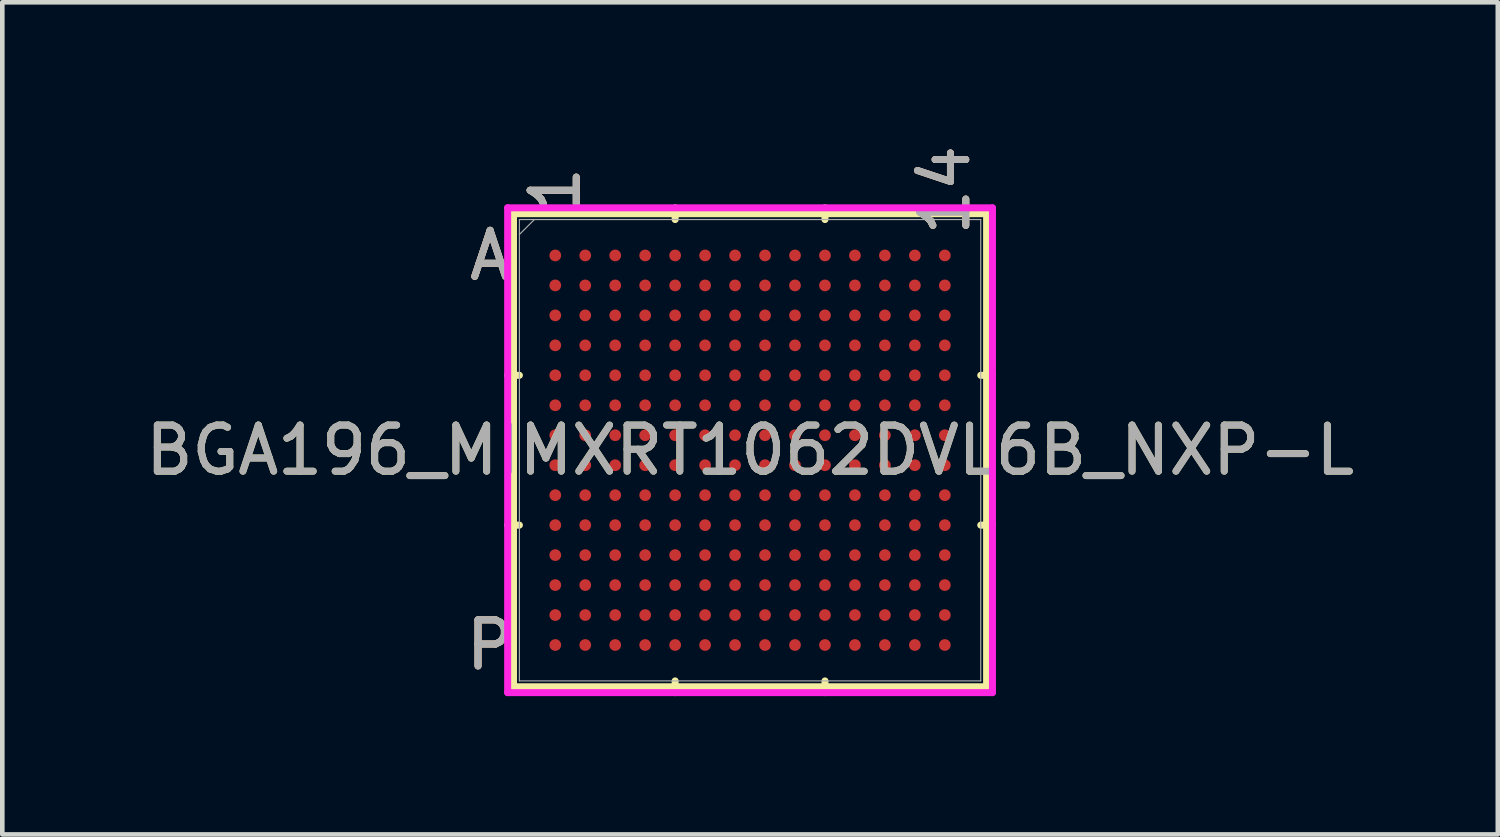
<source format=kicad_pcb>
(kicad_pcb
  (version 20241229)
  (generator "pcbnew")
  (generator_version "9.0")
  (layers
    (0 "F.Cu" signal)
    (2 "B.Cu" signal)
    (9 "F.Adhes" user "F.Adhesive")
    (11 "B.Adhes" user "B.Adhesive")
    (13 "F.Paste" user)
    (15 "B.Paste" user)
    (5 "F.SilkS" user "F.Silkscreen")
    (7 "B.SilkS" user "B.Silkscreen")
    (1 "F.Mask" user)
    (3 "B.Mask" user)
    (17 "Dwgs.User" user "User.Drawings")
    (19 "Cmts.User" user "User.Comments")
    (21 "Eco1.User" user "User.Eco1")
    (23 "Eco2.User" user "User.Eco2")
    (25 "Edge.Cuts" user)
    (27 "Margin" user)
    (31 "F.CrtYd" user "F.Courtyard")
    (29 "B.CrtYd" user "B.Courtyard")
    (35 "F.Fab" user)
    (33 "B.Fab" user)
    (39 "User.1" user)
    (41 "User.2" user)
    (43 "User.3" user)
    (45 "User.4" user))
  (footprint "BGA196_MIMXRT1062DVL6B_NXP-L"
    (layer "F.Cu")
    (at 13.22 6.716)
    (property "Reference" "BGA196_MIMXRT1062DVL6B_NXP-L" (at 0 0 0) (unlocked yes) (layer "F.SilkS") (effects (font (size 1 1) (thickness 0.15))))
    (attr smd)
    (fp_line (start -5.131 -5.131) (end -5.131 5.131) (stroke (width 0.152) (type solid)) (layer "F.SilkS"))
    (fp_line (start -5.131 5.131) (end 5.131 5.131) (stroke (width 0.152) (type solid)) (layer "F.SilkS"))
    (fp_line (start -5.004 -1.625) (end -5.258 -1.625) (stroke (width 0.152) (type solid)) (layer "F.SilkS"))
    (fp_line (start -5.004 1.625) (end -5.258 1.625) (stroke (width 0.152) (type solid)) (layer "F.SilkS"))
    (fp_line (start -1.625 -5.004) (end -1.625 -5.258) (stroke (width 0.152) (type solid)) (layer "F.SilkS"))
    (fp_line (start -1.625 5.004) (end -1.625 5.258) (stroke (width 0.152) (type solid)) (layer "F.SilkS"))
    (fp_line (start 1.625 -5.004) (end 1.625 -5.258) (stroke (width 0.152) (type solid)) (layer "F.SilkS"))
    (fp_line (start 1.625 5.004) (end 1.625 5.258) (stroke (width 0.152) (type solid)) (layer "F.SilkS"))
    (fp_line (start 5.004 -1.625) (end 5.258 -1.625) (stroke (width 0.152) (type solid)) (layer "F.SilkS"))
    (fp_line (start 5.004 1.625) (end 5.258 1.625) (stroke (width 0.152) (type solid)) (layer "F.SilkS"))
    (fp_line (start 5.131 -5.131) (end -5.131 -5.131) (stroke (width 0.152) (type solid)) (layer "F.SilkS"))
    (fp_line (start 5.131 5.131) (end 5.131 -5.131) (stroke (width 0.152) (type solid)) (layer "F.SilkS"))
    (fp_poly (pts (xy -4.995 -4.995) (xy 4.995 -4.995) (xy 4.995 4.995) (xy -4.995 4.995)) (stroke (width 0.1) (type solid)) (fill no) (layer "Eco2.User"))
    (fp_line (start -5.258 -5.258) (end 5.258 -5.258) (stroke (width 0.152) (type solid)) (layer "F.CrtYd"))
    (fp_line (start -5.258 5.258) (end -5.258 -5.258) (stroke (width 0.152) (type solid)) (layer "F.CrtYd"))
    (fp_line (start 5.258 -5.258) (end 5.258 5.258) (stroke (width 0.152) (type solid)) (layer "F.CrtYd"))
    (fp_line (start 5.258 5.258) (end -5.258 5.258) (stroke (width 0.152) (type solid)) (layer "F.CrtYd"))
    (fp_line (start -5.004 -5.004) (end -5.004 5.004) (stroke (width 0.025) (type solid)) (layer "F.Fab"))
    (fp_line (start -5.004 5.004) (end 5.004 5.004) (stroke (width 0.025) (type solid)) (layer "F.Fab"))
    (fp_line (start -4.679 -5.004) (end -5.004 -4.679) (stroke (width 0.025) (type solid)) (layer "F.Fab"))
    (fp_line (start 5.004 -5.004) (end -5.004 -5.004) (stroke (width 0.025) (type solid)) (layer "F.Fab"))
    (fp_line (start 5.004 5.004) (end 5.004 -5.004) (stroke (width 0.025) (type solid)) (layer "F.Fab"))
    (fp_text user "P" (at -5.639 4.225 0) (unlocked yes) (layer "F.SilkS") (effects (font (size 1 1) (thickness 0.15))))
    (fp_text user "A" (at -5.639 -4.225 0) (unlocked yes) (layer "F.SilkS") (effects (font (size 1 1) (thickness 0.15))))
    (fp_text user "14" (at 4.225 -5.639 90) (unlocked yes) (layer "F.SilkS") (effects (font (size 1 1) (thickness 0.15))))
    (fp_text user "1" (at -4.225 -5.639 90) (unlocked yes) (layer "F.SilkS") (effects (font (size 1 1) (thickness 0.15))))
    (fp_text user "14" (at 4.225 -5.639 90) (unlocked yes) (layer "B.SilkS") (effects (font (size 1 1) (thickness 0.15))))
    (fp_text user "P" (at -5.639 4.225 0) (unlocked yes) (layer "B.SilkS") (effects (font (size 1 1) (thickness 0.15))))
    (fp_text user "A" (at -5.639 -4.225 0) (unlocked yes) (layer "B.SilkS") (effects (font (size 1 1) (thickness 0.15))))
    (fp_text user "1" (at -4.225 -5.639 90) (unlocked yes) (layer "B.SilkS") (effects (font (size 1 1) (thickness 0.15))))
    (fp_text user "P" (at -5.639 4.225 0) (unlocked yes) (layer "F.Fab") (effects (font (size 1 1) (thickness 0.15))))
    (fp_text user "1" (at -4.225 -5.639 90) (unlocked yes) (layer "F.Fab") (effects (font (size 1 1) (thickness 0.15))))
    (fp_text user "14" (at 4.225 -5.639 90) (unlocked yes) (layer "F.Fab") (effects (font (size 1 1) (thickness 0.15))))
    (fp_text user "A" (at -5.639 -4.225 0) (unlocked yes) (layer "F.Fab") (effects (font (size 1 1) (thickness 0.15))))
    (fp_text user "${REFERENCE}" (at 0 0 0) (unlocked yes) (layer "F.Fab") (effects (font (size 1 1) (thickness 0.15))))
    (pad "A1" smd circle (at -4.225 -4.225) (size 0.254 0.254) (layers "F.Cu" "F.Mask" "F.Paste"))
    (pad "A2" smd circle (at -3.575 -4.225) (size 0.254 0.254) (layers "F.Cu" "F.Mask" "F.Paste"))
    (pad "A3" smd circle (at -2.925 -4.225) (size 0.254 0.254) (layers "F.Cu" "F.Mask" "F.Paste"))
    (pad "A4" smd circle (at -2.275 -4.225) (size 0.254 0.254) (layers "F.Cu" "F.Mask" "F.Paste"))
    (pad "A5" smd circle (at -1.625 -4.225) (size 0.254 0.254) (layers "F.Cu" "F.Mask" "F.Paste"))
    (pad "A6" smd circle (at -0.975 -4.225) (size 0.254 0.254) (layers "F.Cu" "F.Mask" "F.Paste"))
    (pad "A7" smd circle (at -0.325 -4.225) (size 0.254 0.254) (layers "F.Cu" "F.Mask" "F.Paste"))
    (pad "A8" smd circle (at 0.325 -4.225) (size 0.254 0.254) (layers "F.Cu" "F.Mask" "F.Paste"))
    (pad "A9" smd circle (at 0.975 -4.225) (size 0.254 0.254) (layers "F.Cu" "F.Mask" "F.Paste"))
    (pad "A10" smd circle (at 1.625 -4.225) (size 0.254 0.254) (layers "F.Cu" "F.Mask" "F.Paste"))
    (pad "A11" smd circle (at 2.275 -4.225) (size 0.254 0.254) (layers "F.Cu" "F.Mask" "F.Paste"))
    (pad "A12" smd circle (at 2.925 -4.225) (size 0.254 0.254) (layers "F.Cu" "F.Mask" "F.Paste"))
    (pad "A13" smd circle (at 3.575 -4.225) (size 0.254 0.254) (layers "F.Cu" "F.Mask" "F.Paste"))
    (pad "A14" smd circle (at 4.225 -4.225) (size 0.254 0.254) (layers "F.Cu" "F.Mask" "F.Paste"))
    (pad "B1" smd circle (at -4.225 -3.575) (size 0.254 0.254) (layers "F.Cu" "F.Mask" "F.Paste"))
    (pad "B2" smd circle (at -3.575 -3.575) (size 0.254 0.254) (layers "F.Cu" "F.Mask" "F.Paste"))
    (pad "B3" smd circle (at -2.925 -3.575) (size 0.254 0.254) (layers "F.Cu" "F.Mask" "F.Paste"))
    (pad "B4" smd circle (at -2.275 -3.575) (size 0.254 0.254) (layers "F.Cu" "F.Mask" "F.Paste"))
    (pad "B5" smd circle (at -1.625 -3.575) (size 0.254 0.254) (layers "F.Cu" "F.Mask" "F.Paste"))
    (pad "B6" smd circle (at -0.975 -3.575) (size 0.254 0.254) (layers "F.Cu" "F.Mask" "F.Paste"))
    (pad "B7" smd circle (at -0.325 -3.575) (size 0.254 0.254) (layers "F.Cu" "F.Mask" "F.Paste"))
    (pad "B8" smd circle (at 0.325 -3.575) (size 0.254 0.254) (layers "F.Cu" "F.Mask" "F.Paste"))
    (pad "B9" smd circle (at 0.975 -3.575) (size 0.254 0.254) (layers "F.Cu" "F.Mask" "F.Paste"))
    (pad "B10" smd circle (at 1.625 -3.575) (size 0.254 0.254) (layers "F.Cu" "F.Mask" "F.Paste"))
    (pad "B11" smd circle (at 2.275 -3.575) (size 0.254 0.254) (layers "F.Cu" "F.Mask" "F.Paste"))
    (pad "B12" smd circle (at 2.925 -3.575) (size 0.254 0.254) (layers "F.Cu" "F.Mask" "F.Paste"))
    (pad "B13" smd circle (at 3.575 -3.575) (size 0.254 0.254) (layers "F.Cu" "F.Mask" "F.Paste"))
    (pad "B14" smd circle (at 4.225 -3.575) (size 0.254 0.254) (layers "F.Cu" "F.Mask" "F.Paste"))
    (pad "C1" smd circle (at -4.225 -2.925) (size 0.254 0.254) (layers "F.Cu" "F.Mask" "F.Paste"))
    (pad "C2" smd circle (at -3.575 -2.925) (size 0.254 0.254) (layers "F.Cu" "F.Mask" "F.Paste"))
    (pad "C3" smd circle (at -2.925 -2.925) (size 0.254 0.254) (layers "F.Cu" "F.Mask" "F.Paste"))
    (pad "C4" smd circle (at -2.275 -2.925) (size 0.254 0.254) (layers "F.Cu" "F.Mask" "F.Paste"))
    (pad "C5" smd circle (at -1.625 -2.925) (size 0.254 0.254) (layers "F.Cu" "F.Mask" "F.Paste"))
    (pad "C6" smd circle (at -0.975 -2.925) (size 0.254 0.254) (layers "F.Cu" "F.Mask" "F.Paste"))
    (pad "C7" smd circle (at -0.325 -2.925) (size 0.254 0.254) (layers "F.Cu" "F.Mask" "F.Paste"))
    (pad "C8" smd circle (at 0.325 -2.925) (size 0.254 0.254) (layers "F.Cu" "F.Mask" "F.Paste"))
    (pad "C9" smd circle (at 0.975 -2.925) (size 0.254 0.254) (layers "F.Cu" "F.Mask" "F.Paste"))
    (pad "C10" smd circle (at 1.625 -2.925) (size 0.254 0.254) (layers "F.Cu" "F.Mask" "F.Paste"))
    (pad "C11" smd circle (at 2.275 -2.925) (size 0.254 0.254) (layers "F.Cu" "F.Mask" "F.Paste"))
    (pad "C12" smd circle (at 2.925 -2.925) (size 0.254 0.254) (layers "F.Cu" "F.Mask" "F.Paste"))
    (pad "C13" smd circle (at 3.575 -2.925) (size 0.254 0.254) (layers "F.Cu" "F.Mask" "F.Paste"))
    (pad "C14" smd circle (at 4.225 -2.925) (size 0.254 0.254) (layers "F.Cu" "F.Mask" "F.Paste"))
    (pad "D1" smd circle (at -4.225 -2.275) (size 0.254 0.254) (layers "F.Cu" "F.Mask" "F.Paste"))
    (pad "D2" smd circle (at -3.575 -2.275) (size 0.254 0.254) (layers "F.Cu" "F.Mask" "F.Paste"))
    (pad "D3" smd circle (at -2.925 -2.275) (size 0.254 0.254) (layers "F.Cu" "F.Mask" "F.Paste"))
    (pad "D4" smd circle (at -2.275 -2.275) (size 0.254 0.254) (layers "F.Cu" "F.Mask" "F.Paste"))
    (pad "D5" smd circle (at -1.625 -2.275) (size 0.254 0.254) (layers "F.Cu" "F.Mask" "F.Paste"))
    (pad "D6" smd circle (at -0.975 -2.275) (size 0.254 0.254) (layers "F.Cu" "F.Mask" "F.Paste"))
    (pad "D7" smd circle (at -0.325 -2.275) (size 0.254 0.254) (layers "F.Cu" "F.Mask" "F.Paste"))
    (pad "D8" smd circle (at 0.325 -2.275) (size 0.254 0.254) (layers "F.Cu" "F.Mask" "F.Paste"))
    (pad "D9" smd circle (at 0.975 -2.275) (size 0.254 0.254) (layers "F.Cu" "F.Mask" "F.Paste"))
    (pad "D10" smd circle (at 1.625 -2.275) (size 0.254 0.254) (layers "F.Cu" "F.Mask" "F.Paste"))
    (pad "D11" smd circle (at 2.275 -2.275) (size 0.254 0.254) (layers "F.Cu" "F.Mask" "F.Paste"))
    (pad "D12" smd circle (at 2.925 -2.275) (size 0.254 0.254) (layers "F.Cu" "F.Mask" "F.Paste"))
    (pad "D13" smd circle (at 3.575 -2.275) (size 0.254 0.254) (layers "F.Cu" "F.Mask" "F.Paste"))
    (pad "D14" smd circle (at 4.225 -2.275) (size 0.254 0.254) (layers "F.Cu" "F.Mask" "F.Paste"))
    (pad "E1" smd circle (at -4.225 -1.625) (size 0.254 0.254) (layers "F.Cu" "F.Mask" "F.Paste"))
    (pad "E2" smd circle (at -3.575 -1.625) (size 0.254 0.254) (layers "F.Cu" "F.Mask" "F.Paste"))
    (pad "E3" smd circle (at -2.925 -1.625) (size 0.254 0.254) (layers "F.Cu" "F.Mask" "F.Paste"))
    (pad "E4" smd circle (at -2.275 -1.625) (size 0.254 0.254) (layers "F.Cu" "F.Mask" "F.Paste"))
    (pad "E5" smd circle (at -1.625 -1.625) (size 0.254 0.254) (layers "F.Cu" "F.Mask" "F.Paste"))
    (pad "E6" smd circle (at -0.975 -1.625) (size 0.254 0.254) (layers "F.Cu" "F.Mask" "F.Paste"))
    (pad "E7" smd circle (at -0.325 -1.625) (size 0.254 0.254) (layers "F.Cu" "F.Mask" "F.Paste"))
    (pad "E8" smd circle (at 0.325 -1.625) (size 0.254 0.254) (layers "F.Cu" "F.Mask" "F.Paste"))
    (pad "E9" smd circle (at 0.975 -1.625) (size 0.254 0.254) (layers "F.Cu" "F.Mask" "F.Paste"))
    (pad "E10" smd circle (at 1.625 -1.625) (size 0.254 0.254) (layers "F.Cu" "F.Mask" "F.Paste"))
    (pad "E11" smd circle (at 2.275 -1.625) (size 0.254 0.254) (layers "F.Cu" "F.Mask" "F.Paste"))
    (pad "E12" smd circle (at 2.925 -1.625) (size 0.254 0.254) (layers "F.Cu" "F.Mask" "F.Paste"))
    (pad "E13" smd circle (at 3.575 -1.625) (size 0.254 0.254) (layers "F.Cu" "F.Mask" "F.Paste"))
    (pad "E14" smd circle (at 4.225 -1.625) (size 0.254 0.254) (layers "F.Cu" "F.Mask" "F.Paste"))
    (pad "F1" smd circle (at -4.225 -0.975) (size 0.254 0.254) (layers "F.Cu" "F.Mask" "F.Paste"))
    (pad "F2" smd circle (at -3.575 -0.975) (size 0.254 0.254) (layers "F.Cu" "F.Mask" "F.Paste"))
    (pad "F3" smd circle (at -2.925 -0.975) (size 0.254 0.254) (layers "F.Cu" "F.Mask" "F.Paste"))
    (pad "F4" smd circle (at -2.275 -0.975) (size 0.254 0.254) (layers "F.Cu" "F.Mask" "F.Paste"))
    (pad "F5" smd circle (at -1.625 -0.975) (size 0.254 0.254) (layers "F.Cu" "F.Mask" "F.Paste"))
    (pad "F6" smd circle (at -0.975 -0.975) (size 0.254 0.254) (layers "F.Cu" "F.Mask" "F.Paste"))
    (pad "F7" smd circle (at -0.325 -0.975) (size 0.254 0.254) (layers "F.Cu" "F.Mask" "F.Paste"))
    (pad "F8" smd circle (at 0.325 -0.975) (size 0.254 0.254) (layers "F.Cu" "F.Mask" "F.Paste"))
    (pad "F9" smd circle (at 0.975 -0.975) (size 0.254 0.254) (layers "F.Cu" "F.Mask" "F.Paste"))
    (pad "F10" smd circle (at 1.625 -0.975) (size 0.254 0.254) (layers "F.Cu" "F.Mask" "F.Paste"))
    (pad "F11" smd circle (at 2.275 -0.975) (size 0.254 0.254) (layers "F.Cu" "F.Mask" "F.Paste"))
    (pad "F12" smd circle (at 2.925 -0.975) (size 0.254 0.254) (layers "F.Cu" "F.Mask" "F.Paste"))
    (pad "F13" smd circle (at 3.575 -0.975) (size 0.254 0.254) (layers "F.Cu" "F.Mask" "F.Paste"))
    (pad "F14" smd circle (at 4.225 -0.975) (size 0.254 0.254) (layers "F.Cu" "F.Mask" "F.Paste"))
    (pad "G1" smd circle (at -4.225 -0.325) (size 0.254 0.254) (layers "F.Cu" "F.Mask" "F.Paste"))
    (pad "G2" smd circle (at -3.575 -0.325) (size 0.254 0.254) (layers "F.Cu" "F.Mask" "F.Paste"))
    (pad "G3" smd circle (at -2.925 -0.325) (size 0.254 0.254) (layers "F.Cu" "F.Mask" "F.Paste"))
    (pad "G4" smd circle (at -2.275 -0.325) (size 0.254 0.254) (layers "F.Cu" "F.Mask" "F.Paste"))
    (pad "G5" smd circle (at -1.625 -0.325) (size 0.254 0.254) (layers "F.Cu" "F.Mask" "F.Paste"))
    (pad "G6" smd circle (at -0.975 -0.325) (size 0.254 0.254) (layers "F.Cu" "F.Mask" "F.Paste"))
    (pad "G7" smd circle (at -0.325 -0.325) (size 0.254 0.254) (layers "F.Cu" "F.Mask" "F.Paste"))
    (pad "G8" smd circle (at 0.325 -0.325) (size 0.254 0.254) (layers "F.Cu" "F.Mask" "F.Paste"))
    (pad "G9" smd circle (at 0.975 -0.325) (size 0.254 0.254) (layers "F.Cu" "F.Mask" "F.Paste"))
    (pad "G10" smd circle (at 1.625 -0.325) (size 0.254 0.254) (layers "F.Cu" "F.Mask" "F.Paste"))
    (pad "G11" smd circle (at 2.275 -0.325) (size 0.254 0.254) (layers "F.Cu" "F.Mask" "F.Paste"))
    (pad "G12" smd circle (at 2.925 -0.325) (size 0.254 0.254) (layers "F.Cu" "F.Mask" "F.Paste"))
    (pad "G13" smd circle (at 3.575 -0.325) (size 0.254 0.254) (layers "F.Cu" "F.Mask" "F.Paste"))
    (pad "G14" smd circle (at 4.225 -0.325) (size 0.254 0.254) (layers "F.Cu" "F.Mask" "F.Paste"))
    (pad "H1" smd circle (at -4.225 0.325) (size 0.254 0.254) (layers "F.Cu" "F.Mask" "F.Paste"))
    (pad "H2" smd circle (at -3.575 0.325) (size 0.254 0.254) (layers "F.Cu" "F.Mask" "F.Paste"))
    (pad "H3" smd circle (at -2.925 0.325) (size 0.254 0.254) (layers "F.Cu" "F.Mask" "F.Paste"))
    (pad "H4" smd circle (at -2.275 0.325) (size 0.254 0.254) (layers "F.Cu" "F.Mask" "F.Paste"))
    (pad "H5" smd circle (at -1.625 0.325) (size 0.254 0.254) (layers "F.Cu" "F.Mask" "F.Paste"))
    (pad "H6" smd circle (at -0.975 0.325) (size 0.254 0.254) (layers "F.Cu" "F.Mask" "F.Paste"))
    (pad "H7" smd circle (at -0.325 0.325) (size 0.254 0.254) (layers "F.Cu" "F.Mask" "F.Paste"))
    (pad "H8" smd circle (at 0.325 0.325) (size 0.254 0.254) (layers "F.Cu" "F.Mask" "F.Paste"))
    (pad "H9" smd circle (at 0.975 0.325) (size 0.254 0.254) (layers "F.Cu" "F.Mask" "F.Paste"))
    (pad "H10" smd circle (at 1.625 0.325) (size 0.254 0.254) (layers "F.Cu" "F.Mask" "F.Paste"))
    (pad "H11" smd circle (at 2.275 0.325) (size 0.254 0.254) (layers "F.Cu" "F.Mask" "F.Paste"))
    (pad "H12" smd circle (at 2.925 0.325) (size 0.254 0.254) (layers "F.Cu" "F.Mask" "F.Paste"))
    (pad "H13" smd circle (at 3.575 0.325) (size 0.254 0.254) (layers "F.Cu" "F.Mask" "F.Paste"))
    (pad "H14" smd circle (at 4.225 0.325) (size 0.254 0.254) (layers "F.Cu" "F.Mask" "F.Paste"))
    (pad "J1" smd circle (at -4.225 0.975) (size 0.254 0.254) (layers "F.Cu" "F.Mask" "F.Paste"))
    (pad "J2" smd circle (at -3.575 0.975) (size 0.254 0.254) (layers "F.Cu" "F.Mask" "F.Paste"))
    (pad "J3" smd circle (at -2.925 0.975) (size 0.254 0.254) (layers "F.Cu" "F.Mask" "F.Paste"))
    (pad "J4" smd circle (at -2.275 0.975) (size 0.254 0.254) (layers "F.Cu" "F.Mask" "F.Paste"))
    (pad "J5" smd circle (at -1.625 0.975) (size 0.254 0.254) (layers "F.Cu" "F.Mask" "F.Paste"))
    (pad "J6" smd circle (at -0.975 0.975) (size 0.254 0.254) (layers "F.Cu" "F.Mask" "F.Paste"))
    (pad "J7" smd circle (at -0.325 0.975) (size 0.254 0.254) (layers "F.Cu" "F.Mask" "F.Paste"))
    (pad "J8" smd circle (at 0.325 0.975) (size 0.254 0.254) (layers "F.Cu" "F.Mask" "F.Paste"))
    (pad "J9" smd circle (at 0.975 0.975) (size 0.254 0.254) (layers "F.Cu" "F.Mask" "F.Paste"))
    (pad "J10" smd circle (at 1.625 0.975) (size 0.254 0.254) (layers "F.Cu" "F.Mask" "F.Paste"))
    (pad "J11" smd circle (at 2.275 0.975) (size 0.254 0.254) (layers "F.Cu" "F.Mask" "F.Paste"))
    (pad "J12" smd circle (at 2.925 0.975) (size 0.254 0.254) (layers "F.Cu" "F.Mask" "F.Paste"))
    (pad "J13" smd circle (at 3.575 0.975) (size 0.254 0.254) (layers "F.Cu" "F.Mask" "F.Paste"))
    (pad "J14" smd circle (at 4.225 0.975) (size 0.254 0.254) (layers "F.Cu" "F.Mask" "F.Paste"))
    (pad "K1" smd circle (at -4.225 1.625) (size 0.254 0.254) (layers "F.Cu" "F.Mask" "F.Paste"))
    (pad "K2" smd circle (at -3.575 1.625) (size 0.254 0.254) (layers "F.Cu" "F.Mask" "F.Paste"))
    (pad "K3" smd circle (at -2.925 1.625) (size 0.254 0.254) (layers "F.Cu" "F.Mask" "F.Paste"))
    (pad "K4" smd circle (at -2.275 1.625) (size 0.254 0.254) (layers "F.Cu" "F.Mask" "F.Paste"))
    (pad "K5" smd circle (at -1.625 1.625) (size 0.254 0.254) (layers "F.Cu" "F.Mask" "F.Paste"))
    (pad "K6" smd circle (at -0.975 1.625) (size 0.254 0.254) (layers "F.Cu" "F.Mask" "F.Paste"))
    (pad "K7" smd circle (at -0.325 1.625) (size 0.254 0.254) (layers "F.Cu" "F.Mask" "F.Paste"))
    (pad "K8" smd circle (at 0.325 1.625) (size 0.254 0.254) (layers "F.Cu" "F.Mask" "F.Paste"))
    (pad "K9" smd circle (at 0.975 1.625) (size 0.254 0.254) (layers "F.Cu" "F.Mask" "F.Paste"))
    (pad "K10" smd circle (at 1.625 1.625) (size 0.254 0.254) (layers "F.Cu" "F.Mask" "F.Paste"))
    (pad "K11" smd circle (at 2.275 1.625) (size 0.254 0.254) (layers "F.Cu" "F.Mask" "F.Paste"))
    (pad "K12" smd circle (at 2.925 1.625) (size 0.254 0.254) (layers "F.Cu" "F.Mask" "F.Paste"))
    (pad "K13" smd circle (at 3.575 1.625) (size 0.254 0.254) (layers "F.Cu" "F.Mask" "F.Paste"))
    (pad "K14" smd circle (at 4.225 1.625) (size 0.254 0.254) (layers "F.Cu" "F.Mask" "F.Paste"))
    (pad "L1" smd circle (at -4.225 2.275) (size 0.254 0.254) (layers "F.Cu" "F.Mask" "F.Paste"))
    (pad "L2" smd circle (at -3.575 2.275) (size 0.254 0.254) (layers "F.Cu" "F.Mask" "F.Paste"))
    (pad "L3" smd circle (at -2.925 2.275) (size 0.254 0.254) (layers "F.Cu" "F.Mask" "F.Paste"))
    (pad "L4" smd circle (at -2.275 2.275) (size 0.254 0.254) (layers "F.Cu" "F.Mask" "F.Paste"))
    (pad "L5" smd circle (at -1.625 2.275) (size 0.254 0.254) (layers "F.Cu" "F.Mask" "F.Paste"))
    (pad "L6" smd circle (at -0.975 2.275) (size 0.254 0.254) (layers "F.Cu" "F.Mask" "F.Paste"))
    (pad "L7" smd circle (at -0.325 2.275) (size 0.254 0.254) (layers "F.Cu" "F.Mask" "F.Paste"))
    (pad "L8" smd circle (at 0.325 2.275) (size 0.254 0.254) (layers "F.Cu" "F.Mask" "F.Paste"))
    (pad "L9" smd circle (at 0.975 2.275) (size 0.254 0.254) (layers "F.Cu" "F.Mask" "F.Paste"))
    (pad "L10" smd circle (at 1.625 2.275) (size 0.254 0.254) (layers "F.Cu" "F.Mask" "F.Paste"))
    (pad "L11" smd circle (at 2.275 2.275) (size 0.254 0.254) (layers "F.Cu" "F.Mask" "F.Paste"))
    (pad "L12" smd circle (at 2.925 2.275) (size 0.254 0.254) (layers "F.Cu" "F.Mask" "F.Paste"))
    (pad "L13" smd circle (at 3.575 2.275) (size 0.254 0.254) (layers "F.Cu" "F.Mask" "F.Paste"))
    (pad "L14" smd circle (at 4.225 2.275) (size 0.254 0.254) (layers "F.Cu" "F.Mask" "F.Paste"))
    (pad "M1" smd circle (at -4.225 2.925) (size 0.254 0.254) (layers "F.Cu" "F.Mask" "F.Paste"))
    (pad "M2" smd circle (at -3.575 2.925) (size 0.254 0.254) (layers "F.Cu" "F.Mask" "F.Paste"))
    (pad "M3" smd circle (at -2.925 2.925) (size 0.254 0.254) (layers "F.Cu" "F.Mask" "F.Paste"))
    (pad "M4" smd circle (at -2.275 2.925) (size 0.254 0.254) (layers "F.Cu" "F.Mask" "F.Paste"))
    (pad "M5" smd circle (at -1.625 2.925) (size 0.254 0.254) (layers "F.Cu" "F.Mask" "F.Paste"))
    (pad "M6" smd circle (at -0.975 2.925) (size 0.254 0.254) (layers "F.Cu" "F.Mask" "F.Paste"))
    (pad "M7" smd circle (at -0.325 2.925) (size 0.254 0.254) (layers "F.Cu" "F.Mask" "F.Paste"))
    (pad "M8" smd circle (at 0.325 2.925) (size 0.254 0.254) (layers "F.Cu" "F.Mask" "F.Paste"))
    (pad "M9" smd circle (at 0.975 2.925) (size 0.254 0.254) (layers "F.Cu" "F.Mask" "F.Paste"))
    (pad "M10" smd circle (at 1.625 2.925) (size 0.254 0.254) (layers "F.Cu" "F.Mask" "F.Paste"))
    (pad "M11" smd circle (at 2.275 2.925) (size 0.254 0.254) (layers "F.Cu" "F.Mask" "F.Paste"))
    (pad "M12" smd circle (at 2.925 2.925) (size 0.254 0.254) (layers "F.Cu" "F.Mask" "F.Paste"))
    (pad "M13" smd circle (at 3.575 2.925) (size 0.254 0.254) (layers "F.Cu" "F.Mask" "F.Paste"))
    (pad "M14" smd circle (at 4.225 2.925) (size 0.254 0.254) (layers "F.Cu" "F.Mask" "F.Paste"))
    (pad "N1" smd circle (at -4.225 3.575) (size 0.254 0.254) (layers "F.Cu" "F.Mask" "F.Paste"))
    (pad "N2" smd circle (at -3.575 3.575) (size 0.254 0.254) (layers "F.Cu" "F.Mask" "F.Paste"))
    (pad "N3" smd circle (at -2.925 3.575) (size 0.254 0.254) (layers "F.Cu" "F.Mask" "F.Paste"))
    (pad "N4" smd circle (at -2.275 3.575) (size 0.254 0.254) (layers "F.Cu" "F.Mask" "F.Paste"))
    (pad "N5" smd circle (at -1.625 3.575) (size 0.254 0.254) (layers "F.Cu" "F.Mask" "F.Paste"))
    (pad "N6" smd circle (at -0.975 3.575) (size 0.254 0.254) (layers "F.Cu" "F.Mask" "F.Paste"))
    (pad "N7" smd circle (at -0.325 3.575) (size 0.254 0.254) (layers "F.Cu" "F.Mask" "F.Paste"))
    (pad "N8" smd circle (at 0.325 3.575) (size 0.254 0.254) (layers "F.Cu" "F.Mask" "F.Paste"))
    (pad "N9" smd circle (at 0.975 3.575) (size 0.254 0.254) (layers "F.Cu" "F.Mask" "F.Paste"))
    (pad "N10" smd circle (at 1.625 3.575) (size 0.254 0.254) (layers "F.Cu" "F.Mask" "F.Paste"))
    (pad "N11" smd circle (at 2.275 3.575) (size 0.254 0.254) (layers "F.Cu" "F.Mask" "F.Paste"))
    (pad "N12" smd circle (at 2.925 3.575) (size 0.254 0.254) (layers "F.Cu" "F.Mask" "F.Paste"))
    (pad "N13" smd circle (at 3.575 3.575) (size 0.254 0.254) (layers "F.Cu" "F.Mask" "F.Paste"))
    (pad "N14" smd circle (at 4.225 3.575) (size 0.254 0.254) (layers "F.Cu" "F.Mask" "F.Paste"))
    (pad "P1" smd circle (at -4.225 4.225) (size 0.254 0.254) (layers "F.Cu" "F.Mask" "F.Paste"))
    (pad "P2" smd circle (at -3.575 4.225) (size 0.254 0.254) (layers "F.Cu" "F.Mask" "F.Paste"))
    (pad "P3" smd circle (at -2.925 4.225) (size 0.254 0.254) (layers "F.Cu" "F.Mask" "F.Paste"))
    (pad "P4" smd circle (at -2.275 4.225) (size 0.254 0.254) (layers "F.Cu" "F.Mask" "F.Paste"))
    (pad "P5" smd circle (at -1.625 4.225) (size 0.254 0.254) (layers "F.Cu" "F.Mask" "F.Paste"))
    (pad "P6" smd circle (at -0.975 4.225) (size 0.254 0.254) (layers "F.Cu" "F.Mask" "F.Paste"))
    (pad "P7" smd circle (at -0.325 4.225) (size 0.254 0.254) (layers "F.Cu" "F.Mask" "F.Paste"))
    (pad "P8" smd circle (at 0.325 4.225) (size 0.254 0.254) (layers "F.Cu" "F.Mask" "F.Paste"))
    (pad "P9" smd circle (at 0.975 4.225) (size 0.254 0.254) (layers "F.Cu" "F.Mask" "F.Paste"))
    (pad "P10" smd circle (at 1.625 4.225) (size 0.254 0.254) (layers "F.Cu" "F.Mask" "F.Paste"))
    (pad "P11" smd circle (at 2.275 4.225) (size 0.254 0.254) (layers "F.Cu" "F.Mask" "F.Paste"))
    (pad "P12" smd circle (at 2.925 4.225) (size 0.254 0.254) (layers "F.Cu" "F.Mask" "F.Paste"))
    (pad "P13" smd circle (at 3.575 4.225) (size 0.254 0.254) (layers "F.Cu" "F.Mask" "F.Paste"))
    (pad "P14" smd circle (at 4.225 4.225) (size 0.254 0.254) (layers "F.Cu" "F.Mask" "F.Paste")))
  (gr_rect
    (start -3 -3)
    (end 29.44 15.05)
    (stroke (width 0.1) (type default))
    (fill no)
    (layer "Edge.Cuts")))
</source>
